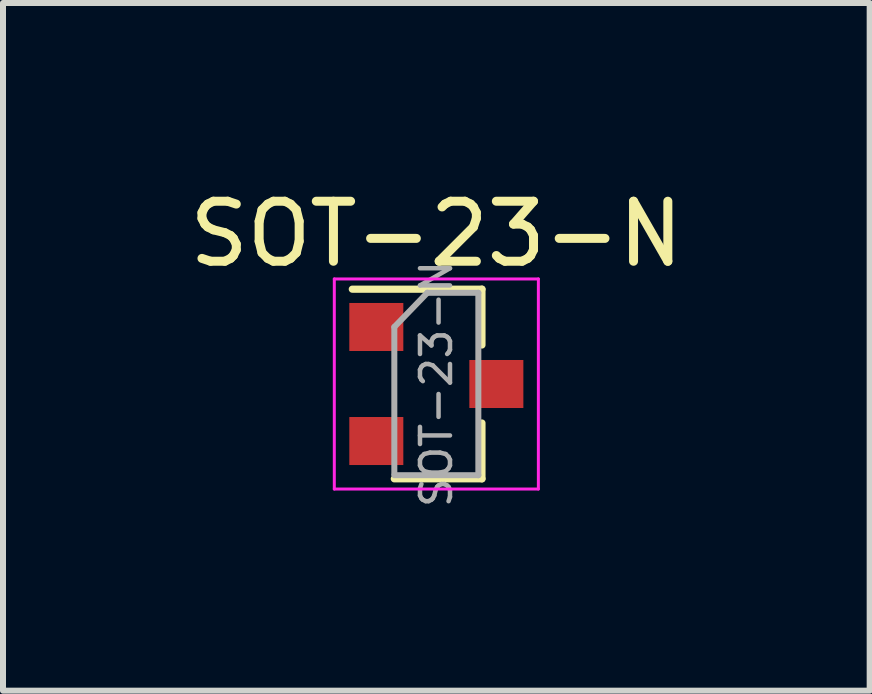
<source format=kicad_pcb>
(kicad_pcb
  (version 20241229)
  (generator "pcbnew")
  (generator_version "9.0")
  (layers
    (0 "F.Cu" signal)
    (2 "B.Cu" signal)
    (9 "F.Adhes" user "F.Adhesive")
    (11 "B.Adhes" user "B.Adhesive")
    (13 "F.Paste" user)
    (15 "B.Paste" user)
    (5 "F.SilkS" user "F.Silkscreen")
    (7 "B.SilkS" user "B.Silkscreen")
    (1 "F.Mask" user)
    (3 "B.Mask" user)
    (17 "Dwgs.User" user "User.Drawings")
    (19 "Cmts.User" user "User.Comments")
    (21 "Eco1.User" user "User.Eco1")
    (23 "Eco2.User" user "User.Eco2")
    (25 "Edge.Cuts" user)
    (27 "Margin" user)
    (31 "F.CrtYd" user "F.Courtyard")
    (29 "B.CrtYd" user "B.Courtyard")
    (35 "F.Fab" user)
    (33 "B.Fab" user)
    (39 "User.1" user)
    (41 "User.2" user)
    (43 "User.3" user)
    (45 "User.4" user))
  (footprint "SOT-23-N"
    (layer "F.Cu")
    (at 4.22 3.348)
    (property "Reference" "SOT-23-N" (at 0 -2.5 0) (layer "F.SilkS") (effects (font (size 1 1) (thickness 0.15))))
    (attr smd)
    (fp_line (start 0.76 -1.58) (end -1.4 -1.58) (stroke (width 0.12) (type solid)) (layer "F.SilkS"))
    (fp_line (start 0.76 -1.58) (end 0.76 -0.65) (stroke (width 0.12) (type solid)) (layer "F.SilkS"))
    (fp_line (start 0.76 1.58) (end -0.7 1.58) (stroke (width 0.12) (type solid)) (layer "F.SilkS"))
    (fp_line (start 0.76 1.58) (end 0.76 0.65) (stroke (width 0.12) (type solid)) (layer "F.SilkS"))
    (fp_line (start -1.7 -1.75) (end 1.7 -1.75) (stroke (width 0.05) (type solid)) (layer "F.CrtYd"))
    (fp_line (start -1.7 1.75) (end -1.7 -1.75) (stroke (width 0.05) (type solid)) (layer "F.CrtYd"))
    (fp_line (start 1.7 -1.75) (end 1.7 1.75) (stroke (width 0.05) (type solid)) (layer "F.CrtYd"))
    (fp_line (start 1.7 1.75) (end -1.7 1.75) (stroke (width 0.05) (type solid)) (layer "F.CrtYd"))
    (fp_line (start -0.7 -0.95) (end -0.7 1.5) (stroke (width 0.1) (type solid)) (layer "F.Fab"))
    (fp_line (start -0.7 -0.95) (end -0.15 -1.52) (stroke (width 0.1) (type solid)) (layer "F.Fab"))
    (fp_line (start -0.7 1.52) (end 0.7 1.52) (stroke (width 0.1) (type solid)) (layer "F.Fab"))
    (fp_line (start -0.15 -1.52) (end 0.7 -1.52) (stroke (width 0.1) (type solid)) (layer "F.Fab"))
    (fp_line (start 0.7 -1.52) (end 0.7 1.52) (stroke (width 0.1) (type solid)) (layer "F.Fab"))
    (fp_text user "${REFERENCE}" (at 0 0 90) (layer "F.Fab") (effects (font (size 0.5 0.5) (thickness 0.075))))
    (pad "1" smd rect (at -1 -0.95) (size 0.9 0.8) (layers "F.Cu" "F.Mask" "F.Paste"))
    (pad "2" smd rect (at -1 0.95) (size 0.9 0.8) (layers "F.Cu" "F.Mask" "F.Paste"))
    (pad "3" smd rect (at 1 0) (size 0.9 0.8) (layers "F.Cu" "F.Mask" "F.Paste")))
  (gr_rect
    (start -3 -3)
    (end 11.44 8.458)
    (stroke (width 0.1) (type default))
    (fill no)
    (layer "Edge.Cuts")))
</source>
